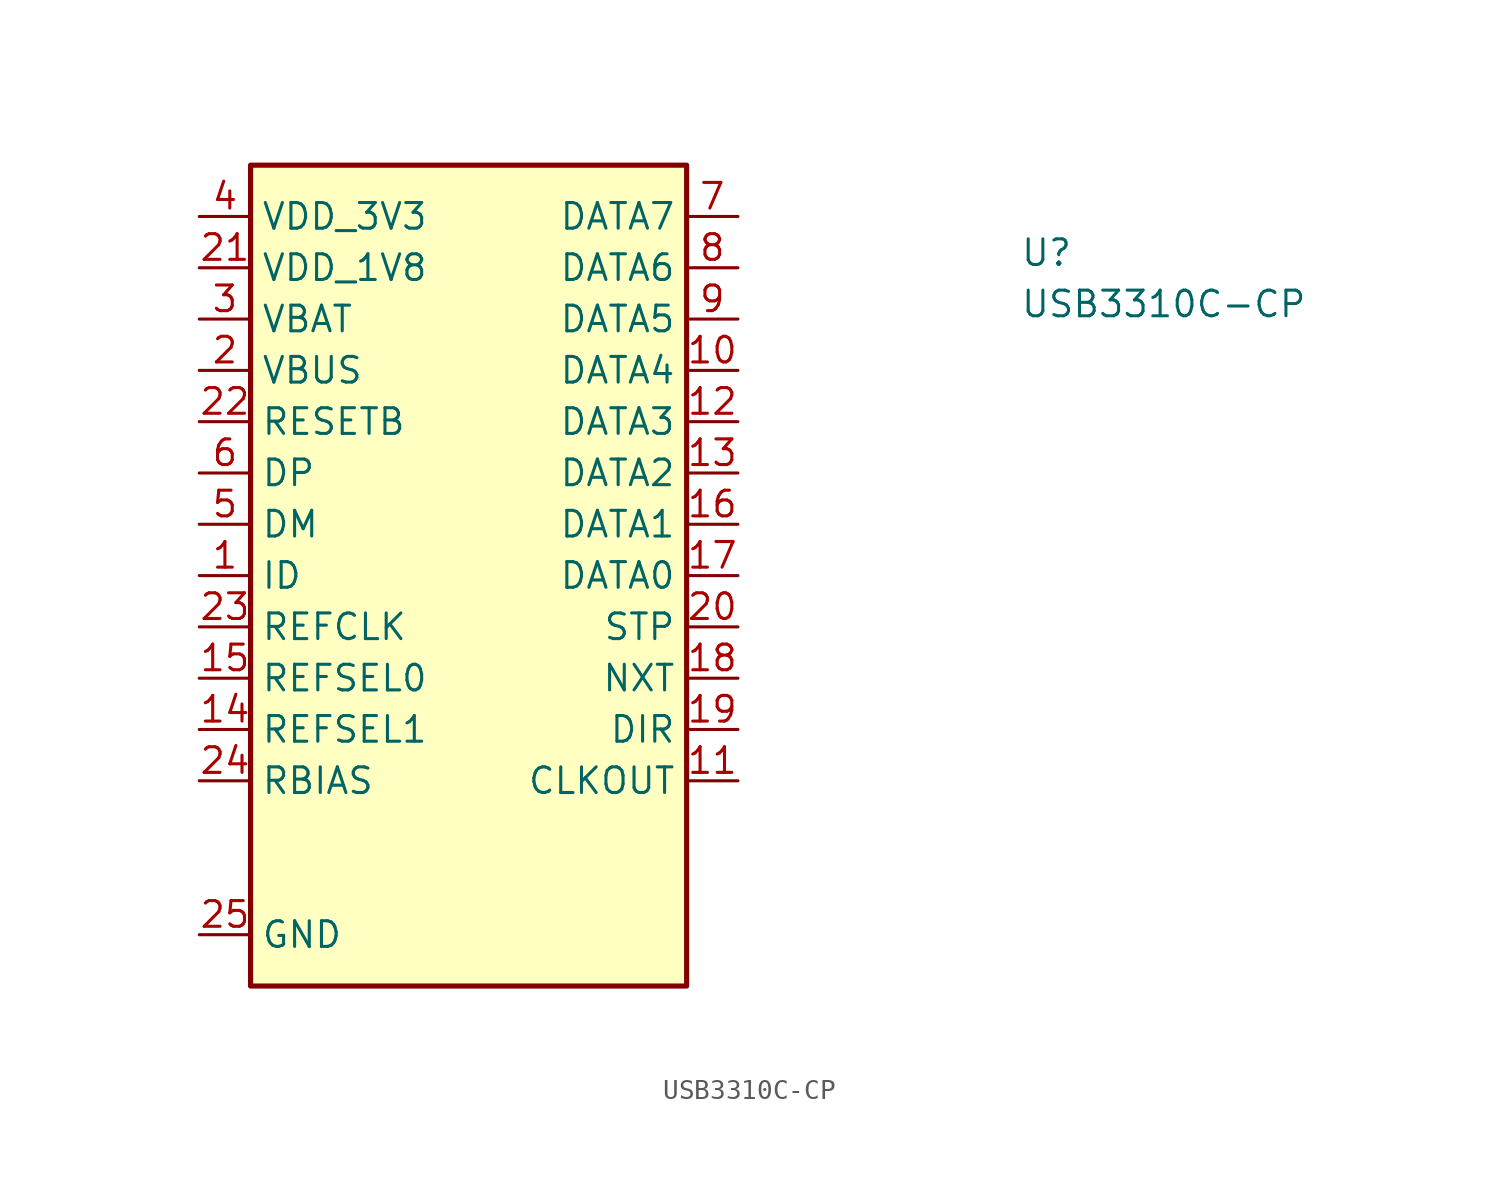
<source format=kicad_sym>
(kicad_symbol_lib
  (version 20211014)
  (generator kicad_symbol_editor)
  (symbol "USB3310C-CP"
    (property "Reference" "U"
      (at 40.64 -2.54 0)
      (effects (font (size 1.27 1.27) (thickness 0.15)) (justify left bottom)))
    (property "Value" "USB3310C-CP"
      (at 40.64 -5.08 0)
      (effects (font (size 1.27 1.27) (thickness 0.15)) (justify left bottom)))
    (symbol "USB3310C-CP_1_1"
      (rectangle (start 2.54 2.54) (end 24.13 -38.1) (stroke (width 0.254) (type default) (color 0 0 0 0)) (fill (type background)))
      (pin input line (at 0 -17.78 0) (length 2.54) (name "ID" (effects (font (size 1.27 1.27)))) (number "1" (effects (font (size 1.27 1.27)))))
      (pin bidirectional line (at 26.67 -7.62 180) (length 2.54) (name "DATA4" (effects (font (size 1.27 1.27)))) (number "10" (effects (font (size 1.27 1.27)))))
      (pin output line (at 26.67 -27.94 180) (length 2.54) (name "CLKOUT" (effects (font (size 1.27 1.27)))) (number "11" (effects (font (size 1.27 1.27)))))
      (pin bidirectional line (at 26.67 -10.16 180) (length 2.54) (name "DATA3" (effects (font (size 1.27 1.27)))) (number "12" (effects (font (size 1.27 1.27)))))
      (pin bidirectional line (at 26.67 -12.7 180) (length 2.54) (name "DATA2" (effects (font (size 1.27 1.27)))) (number "13" (effects (font (size 1.27 1.27)))))
      (pin input line (at 0 -25.4 0) (length 2.54) (name "REFSEL1" (effects (font (size 1.27 1.27)))) (number "14" (effects (font (size 1.27 1.27)))))
      (pin input line (at 0 -22.86 0) (length 2.54) (name "REFSEL0" (effects (font (size 1.27 1.27)))) (number "15" (effects (font (size 1.27 1.27)))))
      (pin bidirectional line (at 26.67 -15.24 180) (length 2.54) (name "DATA1" (effects (font (size 1.27 1.27)))) (number "16" (effects (font (size 1.27 1.27)))))
      (pin bidirectional line (at 26.67 -17.78 180) (length 2.54) (name "DATA0" (effects (font (size 1.27 1.27)))) (number "17" (effects (font (size 1.27 1.27)))))
      (pin output line (at 26.67 -22.86 180) (length 2.54) (name "NXT" (effects (font (size 1.27 1.27)))) (number "18" (effects (font (size 1.27 1.27)))))
      (pin output line (at 26.67 -25.4 180) (length 2.54) (name "DIR" (effects (font (size 1.27 1.27)))) (number "19" (effects (font (size 1.27 1.27)))))
      (pin bidirectional line (at 0 -7.62 0) (length 2.54) (name "VBUS" (effects (font (size 1.27 1.27)))) (number "2" (effects (font (size 1.27 1.27)))))
      (pin input line (at 26.67 -20.32 180) (length 2.54) (name "STP" (effects (font (size 1.27 1.27)))) (number "20" (effects (font (size 1.27 1.27)))))
      (pin power_in line (at 0 -2.54 0) (length 2.54) (name "VDD_1V8" (effects (font (size 1.27 1.27)))) (number "21" (effects (font (size 1.27 1.27)))))
      (pin input line (at 0 -10.16 0) (length 2.54) (name "RESETB" (effects (font (size 1.27 1.27)))) (number "22" (effects (font (size 1.27 1.27)))))
      (pin input line (at 0 -20.32 0) (length 2.54) (name "REFCLK" (effects (font (size 1.27 1.27)))) (number "23" (effects (font (size 1.27 1.27)))))
      (pin passive line (at 0 -27.94 0) (length 2.54) (name "RBIAS" (effects (font (size 1.27 1.27)))) (number "24" (effects (font (size 1.27 1.27)))))
      (pin power_in line (at 0 -35.56 0) (length 2.54) (name "GND" (effects (font (size 1.27 1.27)))) (number "25" (effects (font (size 1.27 1.27)))))
      (pin power_in line (at 0 -5.08 0) (length 2.54) (name "VBAT" (effects (font (size 1.27 1.27)))) (number "3" (effects (font (size 1.27 1.27)))))
      (pin power_in line (at 0 0 0) (length 2.54) (name "VDD_3V3" (effects (font (size 1.27 1.27)))) (number "4" (effects (font (size 1.27 1.27)))))
      (pin bidirectional line (at 0 -15.24 0) (length 2.54) (name "DM" (effects (font (size 1.27 1.27)))) (number "5" (effects (font (size 1.27 1.27)))))
      (pin bidirectional line (at 0 -12.7 0) (length 2.54) (name "DP" (effects (font (size 1.27 1.27)))) (number "6" (effects (font (size 1.27 1.27)))))
      (pin bidirectional line (at 26.67 0 180) (length 2.54) (name "DATA7" (effects (font (size 1.27 1.27)))) (number "7" (effects (font (size 1.27 1.27)))))
      (pin bidirectional line (at 26.67 -2.54 180) (length 2.54) (name "DATA6" (effects (font (size 1.27 1.27)))) (number "8" (effects (font (size 1.27 1.27)))))
      (pin bidirectional line (at 26.67 -5.08 180) (length 2.54) (name "DATA5" (effects (font (size 1.27 1.27)))) (number "9" (effects (font (size 1.27 1.27))))))))
</source>
